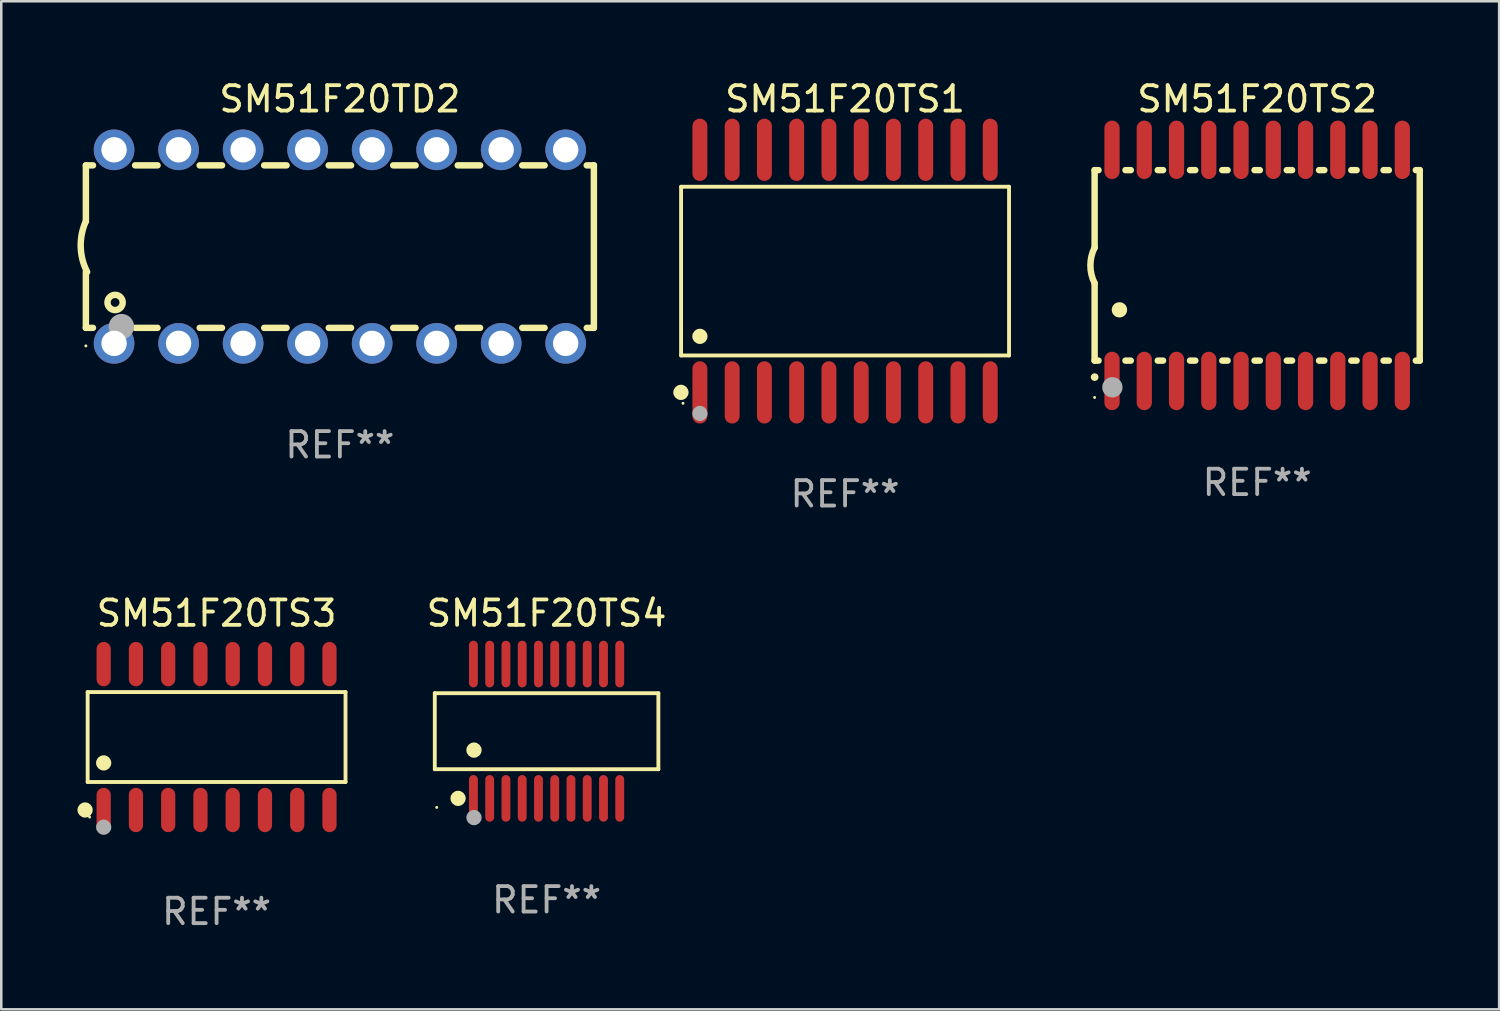
<source format=kicad_pcb>
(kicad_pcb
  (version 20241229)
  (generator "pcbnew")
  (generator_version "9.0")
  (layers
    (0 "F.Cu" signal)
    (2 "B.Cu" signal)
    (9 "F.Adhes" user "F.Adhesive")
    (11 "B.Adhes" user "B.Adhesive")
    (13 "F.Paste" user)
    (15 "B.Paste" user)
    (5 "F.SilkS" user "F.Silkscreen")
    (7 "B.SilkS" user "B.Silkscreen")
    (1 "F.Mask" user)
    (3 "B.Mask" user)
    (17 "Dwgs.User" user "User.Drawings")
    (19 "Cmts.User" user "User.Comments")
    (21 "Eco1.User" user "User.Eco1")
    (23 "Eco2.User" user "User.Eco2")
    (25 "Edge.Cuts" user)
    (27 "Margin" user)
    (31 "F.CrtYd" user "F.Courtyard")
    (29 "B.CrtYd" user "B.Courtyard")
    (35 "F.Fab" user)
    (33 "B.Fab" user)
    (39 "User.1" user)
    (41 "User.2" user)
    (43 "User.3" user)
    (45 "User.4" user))
  (footprint "SM51F20TS3"
    (layer "F.Cu")
    (at 5.477 25.967)
    (property "Reference" "SM51F20TS3" (at 0 -4.872 0) (layer "F.SilkS") (effects (font (size 1 1) (thickness 0.15))))
    (attr through_hole)
    (fp_line (start -5.076 -1.771) (end 5.076 -1.771) (stroke (width 0.152) (type solid)) (layer "F.SilkS"))
    (fp_line (start -5.076 1.771) (end -5.076 -1.771) (stroke (width 0.152) (type solid)) (layer "F.SilkS"))
    (fp_line (start 5.076 -1.771) (end 5.076 1.771) (stroke (width 0.152) (type solid)) (layer "F.SilkS"))
    (fp_line (start 5.076 1.771) (end -5.076 1.771) (stroke (width 0.152) (type solid)) (layer "F.SilkS"))
    (fp_circle (center -5.177 2.872) (end -5.027 2.872) (stroke (width 0.3) (type solid)) (fill no) (layer "F.SilkS"))
    (fp_circle (center -5 3.15) (end -4.97 3.15) (stroke (width 0.06) (type solid)) (fill no) (layer "F.SilkS"))
    (fp_circle (center -4.445 1.019) (end -4.295 1.019) (stroke (width 0.3) (type solid)) (fill no) (layer "F.SilkS"))
    (fp_circle (center -4.445 3.55) (end -4.295 3.55) (stroke (width 0.3) (type solid)) (fill no) (layer "F.Fab"))
    (fp_text user "REF**" (at 0 6.872 0) (layer "F.Fab") (effects (font (size 1 1) (thickness 0.15))))
    (pad "1" smd oval (at -4.445 2.872) (size 0.56 1.745) (layers "F.Cu" "F.Mask" "F.Paste"))
    (pad "2" smd oval (at -3.175 2.872) (size 0.56 1.745) (layers "F.Cu" "F.Mask" "F.Paste"))
    (pad "3" smd oval (at -1.905 2.872) (size 0.56 1.745) (layers "F.Cu" "F.Mask" "F.Paste"))
    (pad "4" smd oval (at -0.635 2.872) (size 0.56 1.745) (layers "F.Cu" "F.Mask" "F.Paste"))
    (pad "5" smd oval (at 0.635 2.872) (size 0.56 1.745) (layers "F.Cu" "F.Mask" "F.Paste"))
    (pad "6" smd oval (at 1.905 2.872) (size 0.56 1.745) (layers "F.Cu" "F.Mask" "F.Paste"))
    (pad "7" smd oval (at 3.175 2.872) (size 0.56 1.745) (layers "F.Cu" "F.Mask" "F.Paste"))
    (pad "8" smd oval (at 4.445 2.872) (size 0.56 1.745) (layers "F.Cu" "F.Mask" "F.Paste"))
    (pad "9" smd oval (at 4.445 -2.872) (size 0.56 1.745) (layers "F.Cu" "F.Mask" "F.Paste"))
    (pad "10" smd oval (at 3.175 -2.872) (size 0.56 1.745) (layers "F.Cu" "F.Mask" "F.Paste"))
    (pad "11" smd oval (at 1.905 -2.872) (size 0.56 1.745) (layers "F.Cu" "F.Mask" "F.Paste"))
    (pad "12" smd oval (at 0.635 -2.872) (size 0.56 1.745) (layers "F.Cu" "F.Mask" "F.Paste"))
    (pad "13" smd oval (at -0.635 -2.872) (size 0.56 1.745) (layers "F.Cu" "F.Mask" "F.Paste"))
    (pad "14" smd oval (at -1.905 -2.872) (size 0.56 1.745) (layers "F.Cu" "F.Mask" "F.Paste"))
    (pad "15" smd oval (at -3.175 -2.872) (size 0.56 1.745) (layers "F.Cu" "F.Mask" "F.Paste"))
    (pad "16" smd oval (at -4.445 -2.872) (size 0.56 1.745) (layers "F.Cu" "F.Mask" "F.Paste")))
  (footprint "SM51F20TS1"
    (layer "F.Cu")
    (at 30.22 7.623)
    (property "Reference" "SM51F20TS1" (at 0 -6.775 0) (layer "F.SilkS") (effects (font (size 1 1) (thickness 0.15))))
    (attr through_hole)
    (fp_line (start -6.456 -3.321) (end 6.456 -3.321) (stroke (width 0.152) (type solid)) (layer "F.SilkS"))
    (fp_line (start -6.456 3.321) (end -6.456 -3.321) (stroke (width 0.152) (type solid)) (layer "F.SilkS"))
    (fp_line (start 6.456 -3.321) (end 6.456 3.321) (stroke (width 0.152) (type solid)) (layer "F.SilkS"))
    (fp_line (start 6.456 3.321) (end -6.456 3.321) (stroke (width 0.152) (type solid)) (layer "F.SilkS"))
    (fp_circle (center -6.462 4.775) (end -6.311 4.775) (stroke (width 0.3) (type solid)) (fill no) (layer "F.SilkS"))
    (fp_circle (center -6.38 5.205) (end -6.35 5.205) (stroke (width 0.06) (type solid)) (fill no) (layer "F.SilkS"))
    (fp_circle (center -5.715 2.569) (end -5.565 2.569) (stroke (width 0.3) (type solid)) (fill no) (layer "F.SilkS"))
    (fp_circle (center -5.715 5.605) (end -5.565 5.605) (stroke (width 0.3) (type solid)) (fill no) (layer "F.Fab"))
    (fp_text user "REF**" (at 0 8.775 0) (layer "F.Fab") (effects (font (size 1 1) (thickness 0.15))))
    (pad "1" smd oval (at -5.715 4.775) (size 0.588 2.45) (layers "F.Cu" "F.Mask" "F.Paste"))
    (pad "2" smd oval (at -4.445 4.775) (size 0.588 2.45) (layers "F.Cu" "F.Mask" "F.Paste"))
    (pad "3" smd oval (at -3.175 4.775) (size 0.588 2.45) (layers "F.Cu" "F.Mask" "F.Paste"))
    (pad "4" smd oval (at -1.905 4.775) (size 0.588 2.45) (layers "F.Cu" "F.Mask" "F.Paste"))
    (pad "5" smd oval (at -0.635 4.775) (size 0.588 2.45) (layers "F.Cu" "F.Mask" "F.Paste"))
    (pad "6" smd oval (at 0.635 4.775) (size 0.588 2.45) (layers "F.Cu" "F.Mask" "F.Paste"))
    (pad "7" smd oval (at 1.905 4.775) (size 0.588 2.45) (layers "F.Cu" "F.Mask" "F.Paste"))
    (pad "8" smd oval (at 3.175 4.775) (size 0.588 2.45) (layers "F.Cu" "F.Mask" "F.Paste"))
    (pad "9" smd oval (at 4.445 4.775) (size 0.588 2.45) (layers "F.Cu" "F.Mask" "F.Paste"))
    (pad "10" smd oval (at 5.715 4.775) (size 0.588 2.45) (layers "F.Cu" "F.Mask" "F.Paste"))
    (pad "11" smd oval (at 5.715 -4.775) (size 0.588 2.45) (layers "F.Cu" "F.Mask" "F.Paste"))
    (pad "12" smd oval (at 4.445 -4.775) (size 0.588 2.45) (layers "F.Cu" "F.Mask" "F.Paste"))
    (pad "13" smd oval (at 3.175 -4.775) (size 0.588 2.45) (layers "F.Cu" "F.Mask" "F.Paste"))
    (pad "14" smd oval (at 1.905 -4.775) (size 0.588 2.45) (layers "F.Cu" "F.Mask" "F.Paste"))
    (pad "15" smd oval (at 0.635 -4.775) (size 0.588 2.45) (layers "F.Cu" "F.Mask" "F.Paste"))
    (pad "16" smd oval (at -0.635 -4.775) (size 0.588 2.45) (layers "F.Cu" "F.Mask" "F.Paste"))
    (pad "17" smd oval (at -1.905 -4.775) (size 0.588 2.45) (layers "F.Cu" "F.Mask" "F.Paste"))
    (pad "18" smd oval (at -3.175 -4.775) (size 0.588 2.45) (layers "F.Cu" "F.Mask" "F.Paste"))
    (pad "19" smd oval (at -4.445 -4.775) (size 0.588 2.45) (layers "F.Cu" "F.Mask" "F.Paste"))
    (pad "20" smd oval (at -5.715 -4.775) (size 0.588 2.45) (layers "F.Cu" "F.Mask" "F.Paste")))
  (footprint "SM51F20TD2"
    (layer "F.Cu")
    (at 10.331 6.658)
    (property "Reference" "SM51F20TD2" (at 0 -5.81 0) (layer "F.SilkS") (effects (font (size 1 1) (thickness 0.15))))
    (attr through_hole)
    (fp_line (start -10 -3.198) (end -9.719 -3.198) (stroke (width 0.254) (type solid)) (layer "F.SilkS"))
    (fp_line (start -10 -0.998) (end -10 -3.198) (stroke (width 0.254) (type solid)) (layer "F.SilkS"))
    (fp_line (start -10 3.2) (end -10 1) (stroke (width 0.254) (type solid)) (layer "F.SilkS"))
    (fp_line (start -10 3.2) (end -9.721 3.2) (stroke (width 0.254) (type solid)) (layer "F.SilkS"))
    (fp_line (start -8.061 -3.198) (end -7.179 -3.198) (stroke (width 0.254) (type solid)) (layer "F.SilkS"))
    (fp_line (start -8.059 3.2) (end -7.181 3.2) (stroke (width 0.254) (type solid)) (layer "F.SilkS"))
    (fp_line (start -5.521 -3.198) (end -4.639 -3.198) (stroke (width 0.254) (type solid)) (layer "F.SilkS"))
    (fp_line (start -5.519 3.2) (end -4.641 3.2) (stroke (width 0.254) (type solid)) (layer "F.SilkS"))
    (fp_line (start -2.981 -3.198) (end -2.099 -3.198) (stroke (width 0.254) (type solid)) (layer "F.SilkS"))
    (fp_line (start -2.979 3.2) (end -2.101 3.2) (stroke (width 0.254) (type solid)) (layer "F.SilkS"))
    (fp_line (start -0.441 -3.198) (end 0.441 -3.198) (stroke (width 0.254) (type solid)) (layer "F.SilkS"))
    (fp_line (start -0.439 3.2) (end 0.439 3.2) (stroke (width 0.254) (type solid)) (layer "F.SilkS"))
    (fp_line (start 2.099 -3.198) (end 2.981 -3.198) (stroke (width 0.254) (type solid)) (layer "F.SilkS"))
    (fp_line (start 2.101 3.2) (end 2.979 3.2) (stroke (width 0.254) (type solid)) (layer "F.SilkS"))
    (fp_line (start 4.639 -3.198) (end 5.521 -3.198) (stroke (width 0.254) (type solid)) (layer "F.SilkS"))
    (fp_line (start 4.641 3.2) (end 5.519 3.2) (stroke (width 0.254) (type solid)) (layer "F.SilkS"))
    (fp_line (start 7.179 -3.198) (end 8.061 -3.198) (stroke (width 0.254) (type solid)) (layer "F.SilkS"))
    (fp_line (start 7.181 3.2) (end 8.059 3.2) (stroke (width 0.254) (type solid)) (layer "F.SilkS"))
    (fp_line (start 9.719 -3.198) (end 10 -3.198) (stroke (width 0.254) (type solid)) (layer "F.SilkS"))
    (fp_line (start 9.721 3.2) (end 10 3.2) (stroke (width 0.254) (type solid)) (layer "F.SilkS"))
    (fp_line (start 10 3.2) (end 10 -3.2) (stroke (width 0.254) (type solid)) (layer "F.SilkS"))
    (fp_arc (start -9.949962 1) (mid -10.203153 0.005709) (end -10 -1) (stroke (width 0.254001) (type solid)) (layer "F.SilkS"))
    (fp_circle (center -10 3.91) (end -9.97 3.91) (stroke (width 0.06) (type solid)) (fill no) (layer "F.SilkS"))
    (fp_circle (center -8.85 2.2) (end -8.55 2.2) (stroke (width 0.254) (type solid)) (fill no) (layer "F.SilkS"))
    (fp_circle (center -8.6 3.15) (end -8.35 3.15) (stroke (width 0.5) (type solid)) (fill no) (layer "F.Fab"))
    (fp_text user "REF**" (at 0 7.81 0) (layer "F.Fab") (effects (font (size 1 1) (thickness 0.15))))
    (pad "1" thru_hole circle (at -8.89 3.81) (size 1.6 1.6) (drill 1) (layers "*.Cu" "*.Mask"))
    (pad "2" thru_hole circle (at -6.35 3.81) (size 1.6 1.6) (drill 1) (layers "*.Cu" "*.Mask"))
    (pad "3" thru_hole circle (at -3.81 3.81) (size 1.6 1.6) (drill 1) (layers "*.Cu" "*.Mask"))
    (pad "4" thru_hole circle (at -1.27 3.81) (size 1.6 1.6) (drill 1) (layers "*.Cu" "*.Mask"))
    (pad "5" thru_hole circle (at 1.27 3.81) (size 1.6 1.6) (drill 1) (layers "*.Cu" "*.Mask"))
    (pad "6" thru_hole circle (at 3.81 3.81) (size 1.6 1.6) (drill 1) (layers "*.Cu" "*.Mask"))
    (pad "7" thru_hole circle (at 6.35 3.81) (size 1.6 1.6) (drill 1) (layers "*.Cu" "*.Mask"))
    (pad "8" thru_hole circle (at 8.89 3.81) (size 1.6 1.6) (drill 1) (layers "*.Cu" "*.Mask"))
    (pad "9" thru_hole circle (at 8.89 -3.81) (size 1.6 1.6) (drill 1) (layers "*.Cu" "*.Mask"))
    (pad "10" thru_hole circle (at 6.35 -3.81) (size 1.6 1.6) (drill 1) (layers "*.Cu" "*.Mask"))
    (pad "11" thru_hole circle (at 3.81 -3.81) (size 1.6 1.6) (drill 1) (layers "*.Cu" "*.Mask"))
    (pad "12" thru_hole circle (at 1.27 -3.81) (size 1.6 1.6) (drill 1) (layers "*.Cu" "*.Mask"))
    (pad "13" thru_hole circle (at -1.27 -3.81) (size 1.6 1.6) (drill 1) (layers "*.Cu" "*.Mask"))
    (pad "14" thru_hole circle (at -3.81 -3.81) (size 1.6 1.6) (drill 1) (layers "*.Cu" "*.Mask"))
    (pad "15" thru_hole circle (at -6.35 -3.81) (size 1.6 1.6) (drill 1) (layers "*.Cu" "*.Mask"))
    (pad "16" thru_hole circle (at -8.89 -3.81) (size 1.6 1.6) (drill 1) (layers "*.Cu" "*.Mask")))
  (footprint "SM51F20TS2"
    (layer "F.Cu")
    (at 46.445 7.398)
    (property "Reference" "SM51F20TS2" (at 0 -6.55 0) (layer "F.SilkS") (effects (font (size 1 1) (thickness 0.15))))
    (attr through_hole)
    (fp_line (start -6.4 -3.75) (end -6.4 -0.7) (stroke (width 0.254) (type solid)) (layer "F.SilkS"))
    (fp_line (start -6.4 -3.75) (end -6.246 -3.75) (stroke (width 0.254) (type solid)) (layer "F.SilkS"))
    (fp_line (start -6.4 3.75) (end -6.4 0.7) (stroke (width 0.254) (type solid)) (layer "F.SilkS"))
    (fp_line (start -6.246 3.75) (end -6.4 3.75) (stroke (width 0.254) (type solid)) (layer "F.SilkS"))
    (fp_line (start -5.184 -3.75) (end -4.976 -3.75) (stroke (width 0.254) (type solid)) (layer "F.SilkS"))
    (fp_line (start -4.976 3.75) (end -5.184 3.75) (stroke (width 0.254) (type solid)) (layer "F.SilkS"))
    (fp_line (start -3.914 -3.75) (end -3.706 -3.75) (stroke (width 0.254) (type solid)) (layer "F.SilkS"))
    (fp_line (start -3.706 3.75) (end -3.914 3.75) (stroke (width 0.254) (type solid)) (layer "F.SilkS"))
    (fp_line (start -2.644 -3.75) (end -2.436 -3.75) (stroke (width 0.254) (type solid)) (layer "F.SilkS"))
    (fp_line (start -2.436 3.75) (end -2.644 3.75) (stroke (width 0.254) (type solid)) (layer "F.SilkS"))
    (fp_line (start -1.374 -3.75) (end -1.166 -3.75) (stroke (width 0.254) (type solid)) (layer "F.SilkS"))
    (fp_line (start -1.166 3.75) (end -1.374 3.75) (stroke (width 0.254) (type solid)) (layer "F.SilkS"))
    (fp_line (start -0.104 -3.75) (end 0.104 -3.75) (stroke (width 0.254) (type solid)) (layer "F.SilkS"))
    (fp_line (start 0.104 3.75) (end -0.104 3.75) (stroke (width 0.254) (type solid)) (layer "F.SilkS"))
    (fp_line (start 1.166 -3.75) (end 1.374 -3.75) (stroke (width 0.254) (type solid)) (layer "F.SilkS"))
    (fp_line (start 1.374 3.75) (end 1.166 3.75) (stroke (width 0.254) (type solid)) (layer "F.SilkS"))
    (fp_line (start 2.436 -3.75) (end 2.644 -3.75) (stroke (width 0.254) (type solid)) (layer "F.SilkS"))
    (fp_line (start 2.644 3.75) (end 2.436 3.75) (stroke (width 0.254) (type solid)) (layer "F.SilkS"))
    (fp_line (start 3.706 -3.75) (end 3.914 -3.75) (stroke (width 0.254) (type solid)) (layer "F.SilkS"))
    (fp_line (start 3.914 3.75) (end 3.706 3.75) (stroke (width 0.254) (type solid)) (layer "F.SilkS"))
    (fp_line (start 4.976 -3.75) (end 5.184 -3.75) (stroke (width 0.254) (type solid)) (layer "F.SilkS"))
    (fp_line (start 5.184 3.75) (end 4.976 3.75) (stroke (width 0.254) (type solid)) (layer "F.SilkS"))
    (fp_line (start 6.246 -3.75) (end 6.4 -3.75) (stroke (width 0.254) (type solid)) (layer "F.SilkS"))
    (fp_line (start 6.4 -3.75) (end 6.4 3.75) (stroke (width 0.254) (type solid)) (layer "F.SilkS"))
    (fp_line (start 6.4 3.75) (end 6.246 3.75) (stroke (width 0.254) (type solid)) (layer "F.SilkS"))
    (fp_arc (start -6.400812 0.701041) (mid -6.565912 0.000428) (end -6.400025 -0.7) (stroke (width 0.254001) (type solid)) (layer "F.SilkS"))
    (fp_arc (start -6.400025 4.4) (mid -6.398755 4.399995) (end -6.397485 4.4) (stroke (width 0.3) (type solid)) (layer "F.SilkS"))
    (fp_arc (start -5.425451 1.750064) (mid -5.422911 1.750053) (end -5.420371 1.750064) (stroke (width 0.6) (type solid)) (layer "F.SilkS"))
    (fp_circle (center -6.4 5.2) (end -6.37 5.2) (stroke (width 0.06) (type solid)) (fill no) (layer "F.SilkS"))
    (fp_circle (center -5.7 4.8) (end -5.5 4.8) (stroke (width 0.4) (type solid)) (fill no) (layer "F.Fab"))
    (fp_text user "REF**" (at 0 8.55 0) (layer "F.Fab") (effects (font (size 1 1) (thickness 0.15))))
    (pad "1" smd oval (at -5.715 4.55 180) (size 0.6 2.3) (layers "F.Cu" "F.Mask" "F.Paste"))
    (pad "2" smd oval (at -4.445 4.55 180) (size 0.6 2.3) (layers "F.Cu" "F.Mask" "F.Paste"))
    (pad "3" smd oval (at -3.175 4.55 180) (size 0.6 2.3) (layers "F.Cu" "F.Mask" "F.Paste"))
    (pad "4" smd oval (at -1.905 4.55 180) (size 0.6 2.3) (layers "F.Cu" "F.Mask" "F.Paste"))
    (pad "5" smd oval (at -0.635 4.55 180) (size 0.6 2.3) (layers "F.Cu" "F.Mask" "F.Paste"))
    (pad "6" smd oval (at 0.635 4.55 180) (size 0.6 2.3) (layers "F.Cu" "F.Mask" "F.Paste"))
    (pad "7" smd oval (at 1.905 4.55 180) (size 0.6 2.3) (layers "F.Cu" "F.Mask" "F.Paste"))
    (pad "8" smd oval (at 3.175 4.55 180) (size 0.6 2.3) (layers "F.Cu" "F.Mask" "F.Paste"))
    (pad "9" smd oval (at 4.445 4.55 180) (size 0.6 2.3) (layers "F.Cu" "F.Mask" "F.Paste"))
    (pad "10" smd oval (at 5.715 4.55 180) (size 0.6 2.3) (layers "F.Cu" "F.Mask" "F.Paste"))
    (pad "11" smd oval (at 5.715 -4.55 180) (size 0.6 2.3) (layers "F.Cu" "F.Mask" "F.Paste"))
    (pad "12" smd oval (at 4.445 -4.55 180) (size 0.6 2.3) (layers "F.Cu" "F.Mask" "F.Paste"))
    (pad "13" smd oval (at 3.175 -4.55 180) (size 0.6 2.3) (layers "F.Cu" "F.Mask" "F.Paste"))
    (pad "14" smd oval (at 1.905 -4.55 180) (size 0.6 2.3) (layers "F.Cu" "F.Mask" "F.Paste"))
    (pad "15" smd oval (at 0.635 -4.55 180) (size 0.6 2.3) (layers "F.Cu" "F.Mask" "F.Paste"))
    (pad "16" smd oval (at -0.635 -4.55 180) (size 0.6 2.3) (layers "F.Cu" "F.Mask" "F.Paste"))
    (pad "17" smd oval (at -1.905 -4.55 180) (size 0.6 2.3) (layers "F.Cu" "F.Mask" "F.Paste"))
    (pad "18" smd oval (at -3.175 -4.55 180) (size 0.6 2.3) (layers "F.Cu" "F.Mask" "F.Paste"))
    (pad "19" smd oval (at -4.445 -4.55 180) (size 0.6 2.3) (layers "F.Cu" "F.Mask" "F.Paste"))
    (pad "20" smd oval (at -5.715 -4.55 180) (size 0.6 2.3) (layers "F.Cu" "F.Mask" "F.Paste")))
  (footprint "SM51F20TS4"
    (layer "F.Cu")
    (at 18.469 25.738)
    (property "Reference" "SM51F20TS4" (at 0 -4.644 0) (layer "F.SilkS") (effects (font (size 1 1) (thickness 0.15))))
    (attr through_hole)
    (fp_line (start -4.401 -1.497) (end 4.401 -1.497) (stroke (width 0.152) (type solid)) (layer "F.SilkS"))
    (fp_line (start -4.401 1.496) (end -4.401 -1.497) (stroke (width 0.152) (type solid)) (layer "F.SilkS"))
    (fp_line (start 4.401 -1.497) (end 4.401 1.496) (stroke (width 0.152) (type solid)) (layer "F.SilkS"))
    (fp_line (start 4.401 1.496) (end -4.401 1.496) (stroke (width 0.152) (type solid)) (layer "F.SilkS"))
    (fp_circle (center -4.325 3) (end -4.295 3) (stroke (width 0.06) (type solid)) (fill no) (layer "F.SilkS"))
    (fp_circle (center -3.485 2.644) (end -3.335 2.644) (stroke (width 0.3) (type solid)) (fill no) (layer "F.SilkS"))
    (fp_circle (center -2.858 0.744) (end -2.707 0.744) (stroke (width 0.3) (type solid)) (fill no) (layer "F.SilkS"))
    (fp_circle (center -2.858 3.4) (end -2.707 3.4) (stroke (width 0.3) (type solid)) (fill no) (layer "F.Fab"))
    (fp_text user "REF**" (at 0 6.644 0) (layer "F.Fab") (effects (font (size 1 1) (thickness 0.15))))
    (pad "1" smd oval (at -2.88 2.644) (size 0.35 1.837) (layers "F.Cu" "F.Mask" "F.Paste"))
    (pad "2" smd oval (at -2.24 2.644) (size 0.35 1.837) (layers "F.Cu" "F.Mask" "F.Paste"))
    (pad "3" smd oval (at -1.6 2.644) (size 0.35 1.837) (layers "F.Cu" "F.Mask" "F.Paste"))
    (pad "4" smd oval (at -0.96 2.644) (size 0.35 1.837) (layers "F.Cu" "F.Mask" "F.Paste"))
    (pad "5" smd oval (at -0.32 2.644) (size 0.35 1.837) (layers "F.Cu" "F.Mask" "F.Paste"))
    (pad "6" smd oval (at 0.32 2.644) (size 0.35 1.837) (layers "F.Cu" "F.Mask" "F.Paste"))
    (pad "7" smd oval (at 0.96 2.644) (size 0.35 1.837) (layers "F.Cu" "F.Mask" "F.Paste"))
    (pad "8" smd oval (at 1.6 2.644) (size 0.35 1.837) (layers "F.Cu" "F.Mask" "F.Paste"))
    (pad "9" smd oval (at 2.24 2.644) (size 0.35 1.837) (layers "F.Cu" "F.Mask" "F.Paste"))
    (pad "10" smd oval (at 2.88 2.644) (size 0.35 1.837) (layers "F.Cu" "F.Mask" "F.Paste"))
    (pad "11" smd oval (at 2.88 -2.644 180) (size 0.35 1.837) (layers "F.Cu" "F.Mask" "F.Paste"))
    (pad "12" smd oval (at 2.24 -2.644 180) (size 0.35 1.837) (layers "F.Cu" "F.Mask" "F.Paste"))
    (pad "13" smd oval (at 1.6 -2.644 180) (size 0.35 1.837) (layers "F.Cu" "F.Mask" "F.Paste"))
    (pad "14" smd oval (at 0.96 -2.644 180) (size 0.35 1.837) (layers "F.Cu" "F.Mask" "F.Paste"))
    (pad "15" smd oval (at 0.32 -2.644 180) (size 0.35 1.837) (layers "F.Cu" "F.Mask" "F.Paste"))
    (pad "16" smd oval (at -0.32 -2.644 180) (size 0.35 1.837) (layers "F.Cu" "F.Mask" "F.Paste"))
    (pad "17" smd oval (at -0.96 -2.644 180) (size 0.35 1.837) (layers "F.Cu" "F.Mask" "F.Paste"))
    (pad "18" smd oval (at -1.6 -2.644 180) (size 0.35 1.837) (layers "F.Cu" "F.Mask" "F.Paste"))
    (pad "19" smd oval (at -2.24 -2.644 180) (size 0.35 1.837) (layers "F.Cu" "F.Mask" "F.Paste"))
    (pad "20" smd oval (at -2.88 -2.644 180) (size 0.35 1.837) (layers "F.Cu" "F.Mask" "F.Paste")))
  (gr_rect
    (start -3 -3)
    (end 55.972 36.688)
    (stroke (width 0.1) (type default))
    (fill no)
    (layer "Edge.Cuts")))
</source>
